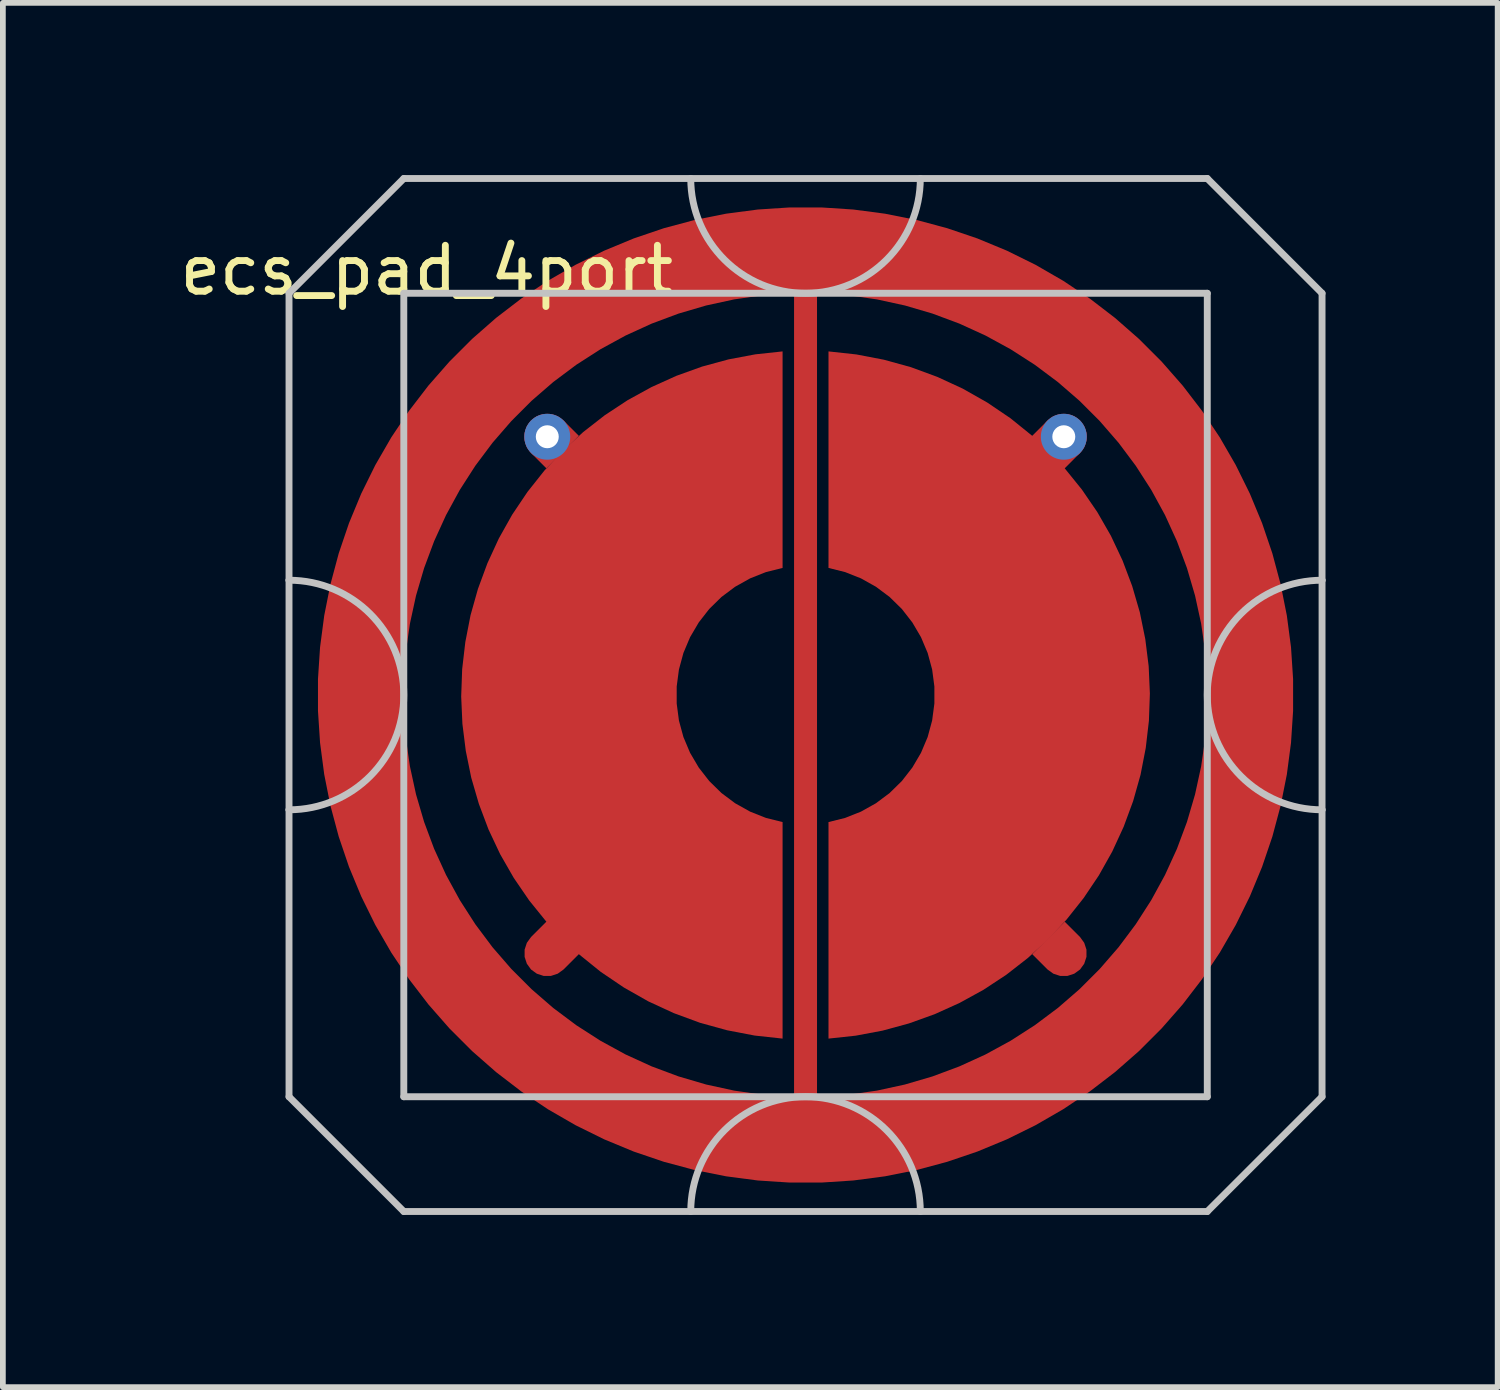
<source format=kicad_pcb>
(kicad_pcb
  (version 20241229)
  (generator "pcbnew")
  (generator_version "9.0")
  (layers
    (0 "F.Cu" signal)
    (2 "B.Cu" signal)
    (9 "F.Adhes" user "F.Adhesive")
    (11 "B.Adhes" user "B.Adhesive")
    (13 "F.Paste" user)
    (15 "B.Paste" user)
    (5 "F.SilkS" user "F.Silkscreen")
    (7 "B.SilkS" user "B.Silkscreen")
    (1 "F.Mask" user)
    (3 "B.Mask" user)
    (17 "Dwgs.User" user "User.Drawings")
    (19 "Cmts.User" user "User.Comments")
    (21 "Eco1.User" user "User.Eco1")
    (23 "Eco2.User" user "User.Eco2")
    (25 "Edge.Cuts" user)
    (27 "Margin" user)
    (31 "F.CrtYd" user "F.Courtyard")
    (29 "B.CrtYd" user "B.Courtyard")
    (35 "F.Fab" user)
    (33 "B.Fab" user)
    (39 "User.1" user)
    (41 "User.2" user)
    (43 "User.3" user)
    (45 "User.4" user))
  (footprint "ecs_pad_4port"
    (layer "F.Cu")
    (at 10.986 9.06)
    (property "Reference" "ecs_pad_4port" (at -6.6 -7.4 0) (layer "F.SilkS") (effects (font (size 0.8 0.8) (thickness 0.12))))
    (attr smd)
    (fp_line (start -9 -7) (end -9 -2) (stroke (width 0.12) (type solid)) (layer "Dwgs.User"))
    (fp_line (start -9 -2) (end -9 2) (stroke (width 0.12) (type solid)) (layer "Dwgs.User"))
    (fp_line (start -9 2) (end -9 7) (stroke (width 0.12) (type solid)) (layer "Dwgs.User"))
    (fp_line (start -9 7) (end -7 9) (stroke (width 0.12) (type solid)) (layer "Dwgs.User"))
    (fp_line (start -7 -9) (end -9 -7) (stroke (width 0.12) (type solid)) (layer "Dwgs.User"))
    (fp_line (start -7 -7) (end -7 7) (stroke (width 0.12) (type solid)) (layer "Dwgs.User"))
    (fp_line (start -7 7) (end 7 7) (stroke (width 0.12) (type solid)) (layer "Dwgs.User"))
    (fp_line (start -7 9) (end 7 9) (stroke (width 0.12) (type solid)) (layer "Dwgs.User"))
    (fp_line (start 7 -9) (end -7 -9) (stroke (width 0.12) (type solid)) (layer "Dwgs.User"))
    (fp_line (start 7 -9) (end 9 -7) (stroke (width 0.12) (type solid)) (layer "Dwgs.User"))
    (fp_line (start 7 -7) (end -7 -7) (stroke (width 0.12) (type solid)) (layer "Dwgs.User"))
    (fp_line (start 7 7) (end 7 -7) (stroke (width 0.12) (type solid)) (layer "Dwgs.User"))
    (fp_line (start 7 9) (end 9 7) (stroke (width 0.12) (type solid)) (layer "Dwgs.User"))
    (fp_line (start 9 -2) (end 9 -7) (stroke (width 0.12) (type solid)) (layer "Dwgs.User"))
    (fp_line (start 9 -2) (end 9 2) (stroke (width 0.12) (type solid)) (layer "Dwgs.User"))
    (fp_line (start 9 7) (end 9 2) (stroke (width 0.12) (type solid)) (layer "Dwgs.User"))
    (fp_arc (start -9 -2) (mid -7 0) (end -9 2) (stroke (width 0.12) (type solid)) (layer "Dwgs.User"))
    (fp_arc (start -2 9) (mid 0 7) (end 2 9) (stroke (width 0.12) (type solid)) (layer "Dwgs.User"))
    (fp_arc (start 2 -9) (mid 0 -7) (end -2 -9) (stroke (width 0.12) (type solid)) (layer "Dwgs.User"))
    (fp_arc (start 9 2) (mid 7 0) (end 9 -2) (stroke (width 0.12) (type solid)) (layer "Dwgs.User"))
    (pad "1" smd custom (at -4.5 -4.5 270) (size 0.5 0.5) (layers "F.Cu") (options (anchor circle)) (primitives (gr_poly (pts (xy 0.55 0.016) (xy 0.283 0.283) (xy 0.182 0.356) (xy 0.063 0.395) (xy -0.063 0.395) (xy -0.182 0.356) (xy -0.283 0.283) (xy -0.356 0.182) (xy -0.395 0.063) (xy -0.395 -0.063) (xy -0.356 -0.182) (xy -0.283 -0.283) (xy -0.016 -0.55)) (width 0) (fill yes))))
    (pad "1" thru_hole circle (at -4.5 -4.5) (size 0.8 0.8) (drill 0.4) (layers "*.Cu"))
    (pad "1" smd custom (at -4.5 4.5) (size 0.5 0.5) (layers "F.Cu") (options (anchor circle)) (primitives (gr_poly (pts (xy 3.614 1.434) (xy 3.134 1.342) (xy 2.663 1.212) (xy 2.204 1.043) (xy 1.76 0.838) (xy 1.335 0.597) (xy 0.93 0.323) (xy 0.55 0.016) (xy 0.283 0.283) (xy 0.182 0.356) (xy 0.063 0.395) (xy -0.063 0.395) (xy -0.182 0.356) (xy -0.283 0.283) (xy -0.356 0.182) (xy -0.395 0.063) (xy -0.395 -0.063) (xy -0.356 -0.182) (xy -0.283 -0.283) (xy -0.016 -0.55) (xy -0.315 -0.92) (xy -0.584 -1.313) (xy -0.821 -1.726) (xy -1.024 -2.157) (xy -1.192 -2.603) (xy -1.325 -3.06) (xy -1.42 -3.526) (xy -1.479 -3.999) (xy -1.5 -4.475) (xy -1.483 -4.95) (xy -1.428 -5.423) (xy -1.337 -5.891) (xy -1.208 -6.349) (xy -1.043 -6.796) (xy -0.844 -7.228) (xy -0.611 -7.643) (xy -0.345 -8.039) (xy -0.049 -8.412) (xy 0.275 -8.76) (xy 0.626 -9.082) (xy 1.002 -9.375) (xy 1.4 -9.637) (xy 1.817 -9.866) (xy 2.251 -10.062) (xy 2.699 -10.223) (xy 3.158 -10.348) (xy 3.626 -10.436) (xy 4.1 -10.487) (xy 4.1 -6.714) (xy 3.811 -6.642) (xy 3.534 -6.532) (xy 3.273 -6.386) (xy 3.035 -6.208) (xy 2.822 -5.999) (xy 2.639 -5.764) (xy 2.488 -5.507) (xy 2.372 -5.232) (xy 2.294 -4.944) (xy 2.255 -4.649) (xy 2.255 -4.351) (xy 2.294 -4.055) (xy 2.372 -3.768) (xy 2.488 -3.493) (xy 2.639 -3.236) (xy 2.822 -3.001) (xy 3.035 -2.792) (xy 3.273 -2.614) (xy 3.534 -2.468) (xy 3.811 -2.358) (xy 4.1 -2.286) (xy 4.1 1.487)) (width 0) (fill yes))))
    (pad "2" smd custom (at 4.5 -4.5 180) (size 0.5 0.5) (layers "F.Cu") (options (anchor circle)) (primitives (gr_poly (pts (xy 3.614 1.434) (xy 3.134 1.342) (xy 2.663 1.212) (xy 2.204 1.043) (xy 1.76 0.838) (xy 1.335 0.597) (xy 0.93 0.323) (xy 0.55 0.016) (xy 0.283 0.283) (xy 0.182 0.356) (xy 0.063 0.395) (xy -0.063 0.395) (xy -0.182 0.356) (xy -0.283 0.283) (xy -0.356 0.182) (xy -0.395 0.063) (xy -0.395 -0.063) (xy -0.356 -0.182) (xy -0.283 -0.283) (xy -0.016 -0.55) (xy -0.315 -0.92) (xy -0.584 -1.313) (xy -0.821 -1.726) (xy -1.024 -2.157) (xy -1.192 -2.603) (xy -1.325 -3.06) (xy -1.42 -3.526) (xy -1.479 -3.999) (xy -1.5 -4.475) (xy -1.483 -4.95) (xy -1.428 -5.423) (xy -1.337 -5.891) (xy -1.208 -6.349) (xy -1.043 -6.796) (xy -0.844 -7.228) (xy -0.611 -7.643) (xy -0.345 -8.039) (xy -0.049 -8.412) (xy 0.275 -8.76) (xy 0.626 -9.082) (xy 1.002 -9.375) (xy 1.4 -9.637) (xy 1.817 -9.866) (xy 2.251 -10.062) (xy 2.699 -10.223) (xy 3.158 -10.348) (xy 3.626 -10.436) (xy 4.1 -10.487) (xy 4.1 -6.714) (xy 3.811 -6.642) (xy 3.534 -6.532) (xy 3.273 -6.386) (xy 3.035 -6.208) (xy 2.822 -5.999) (xy 2.639 -5.764) (xy 2.488 -5.507) (xy 2.372 -5.232) (xy 2.294 -4.944) (xy 2.255 -4.649) (xy 2.255 -4.351) (xy 2.294 -4.055) (xy 2.372 -3.768) (xy 2.488 -3.493) (xy 2.639 -3.236) (xy 2.822 -3.001) (xy 3.035 -2.792) (xy 3.273 -2.614) (xy 3.534 -2.468) (xy 3.811 -2.358) (xy 4.1 -2.286) (xy 4.1 1.487)) (width 0) (fill yes))))
    (pad "2" thru_hole circle (at 4.5 -4.5) (size 0.8 0.8) (drill 0.4) (layers "*.Cu"))
    (pad "2" smd custom (at 4.5 4.5 90) (size 0.5 0.5) (layers "F.Cu") (options (anchor circle)) (primitives (gr_poly (pts (xy 0.55 0.016) (xy 0.283 0.283) (xy 0.182 0.356) (xy 0.063 0.395) (xy -0.063 0.395) (xy -0.182 0.356) (xy -0.283 0.283) (xy -0.356 0.182) (xy -0.395 0.063) (xy -0.395 -0.063) (xy -0.356 -0.182) (xy -0.283 -0.283) (xy -0.016 -0.55)) (width 0) (fill yes))))
    (pad "3" smd custom (at 8 0) (size 0.5 0.5) (layers "F.Cu") (options (anchor rect)) (primitives (gr_circle (center -8 0) (end -0.25 0) (width 1.5) (fill no)) (gr_line (start -8 8) (end -8 -8) (width 0.4)))))
  (gr_rect
    (start -3 -3)
    (end 23.046 21.12)
    (stroke (width 0.1) (type default))
    (fill no)
    (layer "Edge.Cuts")))
</source>
